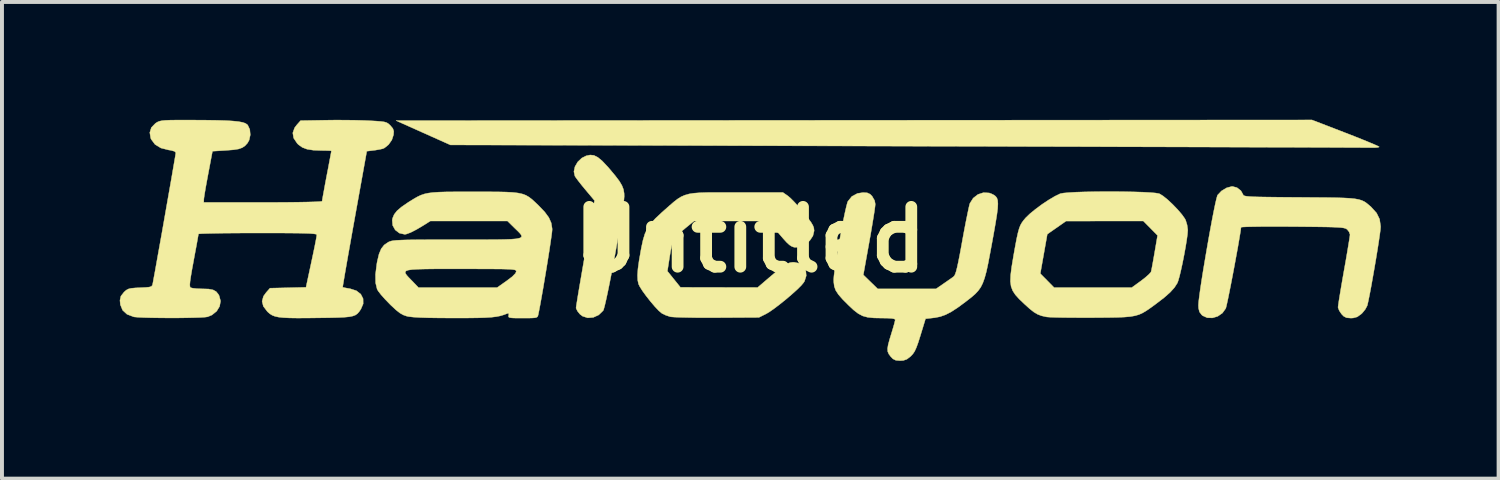
<source format=kicad_pcb>
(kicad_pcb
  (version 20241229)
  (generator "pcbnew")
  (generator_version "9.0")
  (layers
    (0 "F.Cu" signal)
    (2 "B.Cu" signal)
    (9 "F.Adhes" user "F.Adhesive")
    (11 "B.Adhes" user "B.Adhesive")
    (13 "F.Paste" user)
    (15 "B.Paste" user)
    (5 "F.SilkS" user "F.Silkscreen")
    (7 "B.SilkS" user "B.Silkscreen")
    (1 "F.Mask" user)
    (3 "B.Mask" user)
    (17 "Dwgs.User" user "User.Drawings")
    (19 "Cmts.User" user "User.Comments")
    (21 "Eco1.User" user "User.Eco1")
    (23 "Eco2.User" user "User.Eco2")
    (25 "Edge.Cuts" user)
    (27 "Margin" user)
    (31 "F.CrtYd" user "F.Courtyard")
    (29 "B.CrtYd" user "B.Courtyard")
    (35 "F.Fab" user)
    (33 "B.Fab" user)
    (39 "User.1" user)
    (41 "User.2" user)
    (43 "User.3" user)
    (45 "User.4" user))
  (footprint "Untitled"
    (layer "F.Cu")
    (at 16.058 3.053)
    (property "Reference" "Untitled" (at 0 0 0) (layer "F.SilkS") (effects (font (size 1.524 1.524) (thickness 0.3))))
    (attr through_hole)
    (fp_poly (pts (xy 15.161 -2.718) (xy 15.387 -2.63) (xy 15.59 -2.549) (xy 15.763 -2.478) (xy 15.897 -2.422) (xy 15.985 -2.382) (xy 16.018 -2.363) (xy 16.018 -2.362) (xy 15.988 -2.35) (xy 15.909 -2.343) (xy 15.824 -2.343) (xy 15.776 -2.343) (xy 15.662 -2.344) (xy 15.486 -2.345) (xy 15.249 -2.346) (xy 14.955 -2.347) (xy 14.605 -2.349) (xy 14.203 -2.35) (xy 13.751 -2.352) (xy 13.25 -2.353) (xy 12.705 -2.355) (xy 12.117 -2.357) (xy 11.488 -2.359) (xy 10.822 -2.361) (xy 10.121 -2.363) (xy 9.387 -2.365) (xy 8.623 -2.368) (xy 7.831 -2.37) (xy 7.014 -2.372) (xy 6.174 -2.375) (xy 5.314 -2.377) (xy 4.436 -2.379) (xy 3.996 -2.381) (xy -7.637 -2.412) (xy -9.021 -3.031) (xy 2.642 -3.04) (xy 14.305 -3.048) (xy 15.161 -2.718)) (stroke (width 0.01) (type solid)) (fill yes) (layer "F.SilkS"))
    (fp_poly (pts (xy -3.982 -2.146) (xy -3.884 -2.097) (xy -3.772 -2.005) (xy -3.638 -1.863) (xy -3.583 -1.8) (xy -3.439 -1.628) (xy -3.336 -1.492) (xy -3.269 -1.379) (xy -3.23 -1.279) (xy -3.213 -1.178) (xy -3.211 -1.102) (xy -3.218 -1.011) (xy -3.236 -0.867) (xy -3.263 -0.679) (xy -3.299 -0.457) (xy -3.34 -0.208) (xy -3.387 0.058) (xy -3.436 0.333) (xy -3.487 0.609) (xy -3.538 0.876) (xy -3.587 1.125) (xy -3.633 1.349) (xy -3.674 1.538) (xy -3.708 1.684) (xy -3.734 1.778) (xy -3.747 1.808) (xy -3.861 1.918) (xy -3.997 1.98) (xy -4.139 1.992) (xy -4.271 1.95) (xy -4.338 1.899) (xy -4.401 1.821) (xy -4.435 1.75) (xy -4.437 1.735) (xy -4.431 1.688) (xy -4.414 1.582) (xy -4.389 1.425) (xy -4.355 1.223) (xy -4.314 0.985) (xy -4.268 0.717) (xy -4.218 0.428) (xy -4.202 0.337) (xy -3.967 -0.996) (xy -4.196 -1.269) (xy -4.296 -1.39) (xy -4.383 -1.501) (xy -4.445 -1.585) (xy -4.467 -1.619) (xy -4.492 -1.733) (xy -4.465 -1.858) (xy -4.395 -1.979) (xy -4.291 -2.078) (xy -4.181 -2.134) (xy -4.078 -2.156) (xy -3.982 -2.146)) (stroke (width 0.01) (type solid)) (fill yes) (layer "F.SilkS"))
    (fp_poly (pts (xy -0.54 -1.202) (xy -0.356 -1.202) (xy 0.83 -1.202) (xy 0.957 -1.114) (xy 1.028 -1.053) (xy 1.127 -0.953) (xy 1.241 -0.827) (xy 1.355 -0.692) (xy 1.47 -0.547) (xy 1.547 -0.442) (xy 1.594 -0.363) (xy 1.618 -0.299) (xy 1.625 -0.237) (xy 1.626 -0.226) (xy 1.595 -0.096) (xy 1.515 0.024) (xy 1.402 0.122) (xy 1.271 0.184) (xy 1.139 0.197) (xy 1.108 0.191) (xy 1.054 0.171) (xy 0.997 0.134) (xy 0.928 0.071) (xy 0.839 -0.027) (xy 0.719 -0.167) (xy 0.678 -0.216) (xy 0.465 -0.474) (xy -1.432 -0.474) (xy -1.668 -0.281) (xy -1.779 -0.186) (xy -1.874 -0.099) (xy -1.936 -0.035) (xy -1.948 -0.018) (xy -1.972 0.042) (xy -2 0.153) (xy -2.03 0.297) (xy -2.052 0.426) (xy -2.111 0.802) (xy -1.945 1.008) (xy -1.778 1.215) (xy -0.795 1.217) (xy 0.187 1.219) (xy 0.475 0.972) (xy 0.644 0.829) (xy 0.773 0.724) (xy 0.871 0.653) (xy 0.949 0.608) (xy 1.016 0.585) (xy 1.083 0.576) (xy 1.116 0.576) (xy 1.253 0.604) (xy 1.355 0.68) (xy 1.414 0.79) (xy 1.425 0.92) (xy 1.381 1.058) (xy 1.36 1.092) (xy 1.297 1.168) (xy 1.191 1.273) (xy 1.055 1.395) (xy 0.904 1.524) (xy 0.748 1.649) (xy 0.602 1.76) (xy 0.478 1.846) (xy 0.406 1.888) (xy 0.22 1.981) (xy -0.847 1.987) (xy -1.115 1.988) (xy -1.367 1.987) (xy -1.593 1.983) (xy -1.783 1.979) (xy -1.929 1.973) (xy -2.021 1.966) (xy -2.041 1.962) (xy -2.151 1.926) (xy -2.249 1.879) (xy -2.255 1.874) (xy -2.331 1.81) (xy -2.429 1.706) (xy -2.539 1.577) (xy -2.648 1.439) (xy -2.745 1.306) (xy -2.815 1.195) (xy -2.846 1.131) (xy -2.867 1.033) (xy -2.872 0.908) (xy -2.861 0.745) (xy -2.832 0.536) (xy -2.786 0.272) (xy -2.775 0.212) (xy -2.732 0.012) (xy -2.683 -0.15) (xy -2.619 -0.287) (xy -2.532 -0.413) (xy -2.411 -0.545) (xy -2.248 -0.697) (xy -2.179 -0.758) (xy -2.053 -0.87) (xy -1.947 -0.961) (xy -1.853 -1.034) (xy -1.764 -1.09) (xy -1.669 -1.132) (xy -1.562 -1.163) (xy -1.434 -1.183) (xy -1.276 -1.195) (xy -1.08 -1.201) (xy -0.838 -1.202) (xy -0.54 -1.202)) (stroke (width 0.01) (type solid)) (fill yes) (layer "F.SilkS"))
    (fp_poly (pts (xy 9.535 -1.221) (xy 9.78 -1.216) (xy 10 -1.209) (xy 10.185 -1.199) (xy 10.325 -1.187) (xy 10.409 -1.172) (xy 10.419 -1.169) (xy 10.511 -1.113) (xy 10.63 -1.017) (xy 10.759 -0.896) (xy 10.885 -0.765) (xy 10.993 -0.639) (xy 11.069 -0.532) (xy 11.088 -0.494) (xy 11.124 -0.376) (xy 11.141 -0.256) (xy 11.142 -0.241) (xy 11.134 -0.138) (xy 11.114 0.01) (xy 11.085 0.19) (xy 11.049 0.387) (xy 11.01 0.586) (xy 10.969 0.773) (xy 10.931 0.933) (xy 10.897 1.051) (xy 10.876 1.106) (xy 10.801 1.222) (xy 10.689 1.345) (xy 10.532 1.483) (xy 10.322 1.643) (xy 10.308 1.654) (xy 10.188 1.741) (xy 10.086 1.811) (xy 9.993 1.866) (xy 9.9 1.908) (xy 9.798 1.938) (xy 9.677 1.959) (xy 9.529 1.972) (xy 9.344 1.98) (xy 9.113 1.984) (xy 8.827 1.986) (xy 8.704 1.987) (xy 8.439 1.987) (xy 8.19 1.986) (xy 7.967 1.984) (xy 7.78 1.98) (xy 7.638 1.975) (xy 7.55 1.969) (xy 7.535 1.966) (xy 7.416 1.939) (xy 7.317 1.901) (xy 7.221 1.844) (xy 7.111 1.757) (xy 6.984 1.642) (xy 6.852 1.516) (xy 6.753 1.407) (xy 6.684 1.303) (xy 6.642 1.192) (xy 6.625 1.062) (xy 6.631 0.903) (xy 6.636 0.864) (xy 7.386 0.864) (xy 7.561 1.041) (xy 7.736 1.219) (xy 9.718 1.219) (xy 9.955 1.047) (xy 10.064 0.962) (xy 10.151 0.885) (xy 10.201 0.83) (xy 10.207 0.818) (xy 10.219 0.765) (xy 10.239 0.659) (xy 10.265 0.516) (xy 10.294 0.35) (xy 10.298 0.327) (xy 10.372 -0.107) (xy 10.191 -0.291) (xy 10.01 -0.474) (xy 9.027 -0.474) (xy 8.043 -0.473) (xy 7.564 -0.139) (xy 7.475 0.362) (xy 7.386 0.864) (xy 6.636 0.864) (xy 6.656 0.703) (xy 6.698 0.45) (xy 6.706 0.401) (xy 6.75 0.155) (xy 6.786 -0.034) (xy 6.818 -0.177) (xy 6.848 -0.285) (xy 6.88 -0.367) (xy 6.918 -0.434) (xy 6.964 -0.497) (xy 7.017 -0.559) (xy 7.121 -0.659) (xy 7.264 -0.776) (xy 7.429 -0.898) (xy 7.599 -1.011) (xy 7.756 -1.104) (xy 7.884 -1.166) (xy 7.897 -1.171) (xy 7.975 -1.186) (xy 8.11 -1.198) (xy 8.291 -1.209) (xy 8.508 -1.216) (xy 8.752 -1.221) (xy 9.01 -1.224) (xy 9.275 -1.224) (xy 9.535 -1.221)) (stroke (width 0.01) (type solid)) (fill yes) (layer "F.SilkS"))
    (fp_poly (pts (xy 2.978 -1.192) (xy 3.051 -1.158) (xy 3.102 -1.107) (xy 3.167 -0.994) (xy 3.183 -0.904) (xy 3.177 -0.842) (xy 3.161 -0.723) (xy 3.135 -0.558) (xy 3.102 -0.359) (xy 3.064 -0.134) (xy 3.031 0.051) (xy 2.879 0.897) (xy 3.062 1.075) (xy 3.245 1.253) (xy 4.732 1.253) (xy 4.916 1.126) (xy 5.024 1.051) (xy 5.119 0.985) (xy 5.172 0.947) (xy 5.196 0.923) (xy 5.218 0.88) (xy 5.242 0.811) (xy 5.268 0.709) (xy 5.299 0.566) (xy 5.337 0.374) (xy 5.383 0.125) (xy 5.399 0.033) (xy 5.443 -0.205) (xy 5.485 -0.426) (xy 5.524 -0.618) (xy 5.556 -0.773) (xy 5.58 -0.879) (xy 5.593 -0.924) (xy 5.677 -1.057) (xy 5.798 -1.151) (xy 5.939 -1.197) (xy 6.084 -1.189) (xy 6.142 -1.168) (xy 6.202 -1.138) (xy 6.248 -1.104) (xy 6.281 -1.06) (xy 6.3 -0.999) (xy 6.306 -0.913) (xy 6.3 -0.794) (xy 6.28 -0.636) (xy 6.247 -0.431) (xy 6.202 -0.172) (xy 6.164 0.038) (xy 6.106 0.351) (xy 6.057 0.607) (xy 6.013 0.812) (xy 5.968 0.976) (xy 5.921 1.107) (xy 5.868 1.213) (xy 5.803 1.303) (xy 5.725 1.386) (xy 5.629 1.469) (xy 5.511 1.561) (xy 5.484 1.582) (xy 5.282 1.731) (xy 5.116 1.839) (xy 4.972 1.913) (xy 4.836 1.961) (xy 4.694 1.989) (xy 4.665 1.992) (xy 4.463 2.015) (xy 4.334 2.438) (xy 4.276 2.621) (xy 4.228 2.752) (xy 4.185 2.845) (xy 4.14 2.912) (xy 4.087 2.969) (xy 4.084 2.972) (xy 3.989 3.045) (xy 3.898 3.077) (xy 3.814 3.082) (xy 3.707 3.073) (xy 3.634 3.037) (xy 3.576 2.978) (xy 3.528 2.914) (xy 3.501 2.852) (xy 3.496 2.777) (xy 3.512 2.676) (xy 3.55 2.535) (xy 3.59 2.405) (xy 3.633 2.263) (xy 3.667 2.145) (xy 3.687 2.064) (xy 3.691 2.04) (xy 3.67 2.019) (xy 3.603 2.006) (xy 3.481 1.999) (xy 3.361 1.998) (xy 3.152 1.994) (xy 2.992 1.978) (xy 2.863 1.943) (xy 2.748 1.882) (xy 2.628 1.789) (xy 2.495 1.664) (xy 2.347 1.515) (xy 2.243 1.395) (xy 2.176 1.292) (xy 2.14 1.192) (xy 2.126 1.083) (xy 2.124 1.016) (xy 2.131 0.923) (xy 2.149 0.779) (xy 2.176 0.596) (xy 2.21 0.385) (xy 2.249 0.157) (xy 2.291 -0.077) (xy 2.333 -0.306) (xy 2.375 -0.518) (xy 2.414 -0.703) (xy 2.448 -0.849) (xy 2.474 -0.946) (xy 2.485 -0.974) (xy 2.586 -1.1) (xy 2.73 -1.177) (xy 2.872 -1.199) (xy 2.978 -1.192)) (stroke (width 0.01) (type solid)) (fill yes) (layer "F.SilkS"))
    (fp_poly (pts (xy 12.395 -1.324) (xy 12.495 -1.246) (xy 12.547 -1.154) (xy 12.554 -1.138) (xy 12.568 -1.124) (xy 12.595 -1.113) (xy 12.642 -1.105) (xy 12.714 -1.098) (xy 12.817 -1.092) (xy 12.958 -1.088) (xy 13.142 -1.085) (xy 13.376 -1.082) (xy 13.666 -1.079) (xy 13.997 -1.077) (xy 14.361 -1.074) (xy 14.664 -1.072) (xy 14.912 -1.068) (xy 15.113 -1.062) (xy 15.273 -1.053) (xy 15.399 -1.04) (xy 15.497 -1.022) (xy 15.575 -0.998) (xy 15.639 -0.968) (xy 15.695 -0.93) (xy 15.751 -0.884) (xy 15.814 -0.828) (xy 15.817 -0.825) (xy 15.951 -0.677) (xy 16.027 -0.521) (xy 16.053 -0.339) (xy 16.053 -0.322) (xy 16.047 -0.249) (xy 16.03 -0.121) (xy 16.005 0.051) (xy 15.973 0.256) (xy 15.936 0.482) (xy 15.896 0.717) (xy 15.855 0.951) (xy 15.816 1.172) (xy 15.779 1.368) (xy 15.747 1.528) (xy 15.722 1.642) (xy 15.711 1.683) (xy 15.663 1.774) (xy 15.586 1.869) (xy 15.558 1.895) (xy 15.458 1.967) (xy 15.355 1.995) (xy 15.293 1.998) (xy 15.186 1.989) (xy 15.113 1.952) (xy 15.057 1.894) (xy 15 1.809) (xy 14.97 1.732) (xy 14.969 1.719) (xy 14.975 1.667) (xy 14.991 1.558) (xy 15.016 1.403) (xy 15.048 1.21) (xy 15.086 0.989) (xy 15.121 0.79) (xy 15.163 0.555) (xy 15.2 0.339) (xy 15.231 0.153) (xy 15.255 0.006) (xy 15.27 -0.092) (xy 15.274 -0.13) (xy 15.25 -0.198) (xy 15.203 -0.257) (xy 15.181 -0.274) (xy 15.152 -0.287) (xy 15.109 -0.298) (xy 15.046 -0.307) (xy 14.955 -0.313) (xy 14.83 -0.319) (xy 14.665 -0.323) (xy 14.452 -0.326) (xy 14.186 -0.329) (xy 13.86 -0.332) (xy 13.814 -0.332) (xy 13.523 -0.334) (xy 13.254 -0.334) (xy 13.015 -0.333) (xy 12.812 -0.33) (xy 12.654 -0.327) (xy 12.547 -0.322) (xy 12.499 -0.316) (xy 12.497 -0.314) (xy 12.491 -0.254) (xy 12.473 -0.139) (xy 12.446 0.021) (xy 12.413 0.214) (xy 12.373 0.431) (xy 12.331 0.661) (xy 12.287 0.894) (xy 12.244 1.118) (xy 12.203 1.324) (xy 12.167 1.502) (xy 12.137 1.639) (xy 12.116 1.728) (xy 12.108 1.753) (xy 12.024 1.87) (xy 11.906 1.952) (xy 11.771 1.993) (xy 11.637 1.989) (xy 11.52 1.936) (xy 11.496 1.915) (xy 11.44 1.841) (xy 11.417 1.748) (xy 11.413 1.669) (xy 11.419 1.583) (xy 11.436 1.443) (xy 11.461 1.26) (xy 11.494 1.041) (xy 11.533 0.796) (xy 11.577 0.533) (xy 11.623 0.263) (xy 11.67 -0.007) (xy 11.717 -0.268) (xy 11.762 -0.511) (xy 11.804 -0.726) (xy 11.841 -0.905) (xy 11.872 -1.039) (xy 11.894 -1.118) (xy 11.901 -1.135) (xy 12 -1.24) (xy 12.129 -1.318) (xy 12.261 -1.354) (xy 12.279 -1.355) (xy 12.395 -1.324)) (stroke (width 0.01) (type solid)) (fill yes) (layer "F.SilkS"))
    (fp_poly (pts (xy -7.032 -1.218) (xy -6.705 -1.218) (xy -6.438 -1.217) (xy -6.223 -1.212) (xy -6.051 -1.203) (xy -5.914 -1.187) (xy -5.805 -1.163) (xy -5.715 -1.13) (xy -5.636 -1.084) (xy -5.56 -1.026) (xy -5.479 -0.952) (xy -5.396 -0.873) (xy -5.238 -0.708) (xy -5.131 -0.563) (xy -5.07 -0.426) (xy -5.047 -0.284) (xy -5.046 -0.25) (xy -5.052 -0.187) (xy -5.068 -0.067) (xy -5.092 0.098) (xy -5.122 0.299) (xy -5.158 0.525) (xy -5.197 0.765) (xy -5.238 1.009) (xy -5.278 1.248) (xy -5.317 1.469) (xy -5.352 1.663) (xy -5.382 1.82) (xy -5.403 1.922) (xy -5.414 1.955) (xy -5.436 1.977) (xy -5.483 1.99) (xy -5.566 1.996) (xy -5.698 1.998) (xy -5.796 1.998) (xy -5.959 1.998) (xy -6.066 1.994) (xy -6.127 1.986) (xy -6.154 1.971) (xy -6.158 1.947) (xy -6.153 1.928) (xy -6.149 1.878) (xy -6.183 1.878) (xy -6.192 1.882) (xy -6.276 1.914) (xy -6.365 1.941) (xy -6.467 1.961) (xy -6.591 1.976) (xy -6.745 1.986) (xy -6.939 1.992) (xy -7.18 1.995) (xy -7.478 1.996) (xy -7.585 1.996) (xy -7.924 1.994) (xy -8.199 1.99) (xy -8.416 1.983) (xy -8.58 1.973) (xy -8.695 1.96) (xy -8.749 1.949) (xy -8.837 1.918) (xy -8.924 1.869) (xy -9.023 1.791) (xy -9.149 1.674) (xy -9.185 1.638) (xy -9.3 1.519) (xy -9.401 1.406) (xy -9.474 1.312) (xy -9.503 1.263) (xy -9.542 1.101) (xy -9.545 0.884) (xy -9.537 0.823) (xy -8.788 0.823) (xy -8.782 0.859) (xy -8.752 0.904) (xy -8.702 0.96) (xy -8.637 1.027) (xy -8.623 1.041) (xy -8.452 1.219) (xy -6.445 1.219) (xy -6.203 1.049) (xy -6.061 0.941) (xy -5.98 0.858) (xy -5.961 0.812) (xy -5.962 0.795) (xy -5.972 0.782) (xy -5.994 0.771) (xy -6.037 0.763) (xy -6.105 0.756) (xy -6.205 0.752) (xy -6.343 0.748) (xy -6.525 0.747) (xy -6.757 0.746) (xy -7.045 0.745) (xy -7.364 0.745) (xy -7.729 0.745) (xy -8.031 0.745) (xy -8.275 0.748) (xy -8.465 0.753) (xy -8.607 0.761) (xy -8.705 0.775) (xy -8.763 0.795) (xy -8.788 0.823) (xy -9.537 0.823) (xy -9.51 0.609) (xy -9.5 0.553) (xy -9.455 0.366) (xy -9.399 0.232) (xy -9.324 0.136) (xy -9.22 0.065) (xy -9.209 0.059) (xy -9.178 0.046) (xy -9.138 0.034) (xy -9.083 0.025) (xy -9.008 0.017) (xy -8.907 0.012) (xy -8.773 0.007) (xy -8.6 0.004) (xy -8.383 0.002) (xy -8.115 0.001) (xy -7.791 0.000186) (xy -7.459 0.000052) (xy -7.067 0.000217) (xy -6.738 0.000119) (xy -6.468 -0.001) (xy -6.251 -0.005) (xy -6.085 -0.011) (xy -5.963 -0.021) (xy -5.882 -0.037) (xy -5.836 -0.058) (xy -5.823 -0.086) (xy -5.836 -0.122) (xy -5.871 -0.166) (xy -5.924 -0.22) (xy -5.99 -0.284) (xy -6.004 -0.297) (xy -6.183 -0.474) (xy -8.149 -0.474) (xy -8.308 -0.373) (xy -8.498 -0.26) (xy -8.652 -0.181) (xy -8.765 -0.14) (xy -8.802 -0.135) (xy -8.937 -0.166) (xy -9.042 -0.246) (xy -9.107 -0.362) (xy -9.119 -0.498) (xy -9.109 -0.547) (xy -9.069 -0.642) (xy -8.997 -0.734) (xy -8.883 -0.832) (xy -8.719 -0.945) (xy -8.667 -0.978) (xy -8.566 -1.04) (xy -8.477 -1.091) (xy -8.393 -1.131) (xy -8.305 -1.162) (xy -8.205 -1.184) (xy -8.084 -1.2) (xy -7.934 -1.21) (xy -7.746 -1.216) (xy -7.512 -1.218) (xy -7.223 -1.219) (xy -7.032 -1.218)) (stroke (width 0.01) (type solid)) (fill yes) (layer "F.SilkS"))
    (fp_poly (pts (xy -14.22 -3.045) (xy -13.873 -3.043) (xy -13.588 -3.039) (xy -13.358 -3.032) (xy -13.177 -3.021) (xy -13.038 -3.007) (xy -12.936 -2.988) (xy -12.864 -2.965) (xy -12.817 -2.935) (xy -12.798 -2.916) (xy -12.746 -2.805) (xy -12.734 -2.668) (xy -12.763 -2.534) (xy -12.804 -2.46) (xy -12.868 -2.39) (xy -12.939 -2.342) (xy -13.032 -2.309) (xy -13.164 -2.288) (xy -13.347 -2.274) (xy -13.357 -2.273) (xy -13.697 -2.252) (xy -13.806 -1.676) (xy -13.842 -1.482) (xy -13.874 -1.307) (xy -13.898 -1.163) (xy -13.913 -1.063) (xy -13.917 -1.024) (xy -13.919 -0.948) (xy -12.412 -0.948) (xy -12.077 -0.949) (xy -11.772 -0.951) (xy -11.504 -0.954) (xy -11.279 -0.958) (xy -11.101 -0.963) (xy -10.978 -0.969) (xy -10.913 -0.975) (xy -10.905 -0.979) (xy -10.899 -1.02) (xy -10.882 -1.117) (xy -10.856 -1.259) (xy -10.824 -1.434) (xy -10.787 -1.63) (xy -10.749 -1.826) (xy -10.717 -1.997) (xy -10.691 -2.134) (xy -10.674 -2.225) (xy -10.668 -2.26) (xy -10.668 -2.26) (xy -10.699 -2.265) (xy -10.781 -2.268) (xy -10.897 -2.27) (xy -10.914 -2.27) (xy -11.126 -2.278) (xy -11.287 -2.303) (xy -11.409 -2.349) (xy -11.508 -2.42) (xy -11.54 -2.453) (xy -11.629 -2.586) (xy -11.651 -2.718) (xy -11.605 -2.849) (xy -11.551 -2.92) (xy -11.453 -3.031) (xy -10.815 -3.042) (xy -10.571 -3.045) (xy -10.312 -3.044) (xy -10.059 -3.041) (xy -9.836 -3.035) (xy -9.722 -3.03) (xy -9.538 -3.02) (xy -9.409 -3.01) (xy -9.321 -2.998) (xy -9.261 -2.98) (xy -9.217 -2.953) (xy -9.176 -2.916) (xy -9.167 -2.907) (xy -9.103 -2.831) (xy -9.08 -2.76) (xy -9.086 -2.67) (xy -9.129 -2.539) (xy -9.212 -2.42) (xy -9.317 -2.335) (xy -9.36 -2.316) (xy -9.435 -2.299) (xy -9.543 -2.28) (xy -9.598 -2.273) (xy -9.767 -2.252) (xy -10.078 -0.525) (xy -10.138 -0.192) (xy -10.193 0.12) (xy -10.244 0.405) (xy -10.288 0.657) (xy -10.325 0.869) (xy -10.353 1.036) (xy -10.372 1.15) (xy -10.38 1.207) (xy -10.38 1.212) (xy -10.345 1.222) (xy -10.263 1.238) (xy -10.191 1.25) (xy -10.032 1.301) (xy -9.92 1.388) (xy -9.861 1.503) (xy -9.859 1.635) (xy -9.918 1.771) (xy -9.961 1.834) (xy -10.003 1.882) (xy -10.053 1.919) (xy -10.12 1.945) (xy -10.212 1.964) (xy -10.339 1.976) (xy -10.508 1.984) (xy -10.728 1.989) (xy -10.973 1.992) (xy -11.285 1.996) (xy -11.538 1.997) (xy -11.738 1.994) (xy -11.894 1.986) (xy -12.014 1.973) (xy -12.105 1.953) (xy -12.175 1.926) (xy -12.233 1.89) (xy -12.285 1.845) (xy -12.301 1.829) (xy -12.401 1.698) (xy -12.433 1.57) (xy -12.398 1.441) (xy -12.33 1.347) (xy -12.232 1.236) (xy -11.773 1.225) (xy -11.315 1.214) (xy -11.263 0.971) (xy -11.193 0.645) (xy -11.137 0.381) (xy -11.094 0.176) (xy -11.065 0.027) (xy -11.047 -0.07) (xy -11.041 -0.119) (xy -11.041 -0.121) (xy -11.049 -0.133) (xy -11.077 -0.143) (xy -11.131 -0.15) (xy -11.217 -0.157) (xy -11.338 -0.161) (xy -11.503 -0.165) (xy -11.714 -0.167) (xy -11.979 -0.169) (xy -12.303 -0.169) (xy -12.548 -0.169) (xy -12.86 -0.169) (xy -13.15 -0.167) (xy -13.412 -0.165) (xy -13.638 -0.161) (xy -13.822 -0.157) (xy -13.957 -0.153) (xy -14.036 -0.148) (xy -14.054 -0.144) (xy -14.06 -0.104) (xy -14.077 -0.009) (xy -14.102 0.133) (xy -14.135 0.308) (xy -14.172 0.509) (xy -14.177 0.537) (xy -14.22 0.768) (xy -14.249 0.941) (xy -14.267 1.064) (xy -14.274 1.146) (xy -14.27 1.195) (xy -14.258 1.22) (xy -14.254 1.223) (xy -14.198 1.237) (xy -14.097 1.248) (xy -13.97 1.253) (xy -13.959 1.253) (xy -13.794 1.258) (xy -13.681 1.28) (xy -13.603 1.323) (xy -13.546 1.393) (xy -13.527 1.428) (xy -13.491 1.563) (xy -13.515 1.699) (xy -13.59 1.822) (xy -13.71 1.919) (xy -13.82 1.965) (xy -13.887 1.974) (xy -14.011 1.982) (xy -14.178 1.987) (xy -14.378 1.991) (xy -14.598 1.994) (xy -14.826 1.994) (xy -15.052 1.992) (xy -15.262 1.989) (xy -15.446 1.984) (xy -15.591 1.977) (xy -15.686 1.969) (xy -15.705 1.965) (xy -15.873 1.901) (xy -15.985 1.798) (xy -16.043 1.656) (xy -16.053 1.545) (xy -16.029 1.438) (xy -15.95 1.337) (xy -15.949 1.336) (xy -15.894 1.287) (xy -15.839 1.257) (xy -15.765 1.239) (xy -15.655 1.229) (xy -15.542 1.224) (xy -15.397 1.217) (xy -15.306 1.208) (xy -15.255 1.192) (xy -15.231 1.166) (xy -15.222 1.14) (xy -15.211 1.085) (xy -15.191 0.974) (xy -15.161 0.813) (xy -15.125 0.611) (xy -15.083 0.375) (xy -15.036 0.114) (xy -14.986 -0.165) (xy -14.935 -0.455) (xy -14.884 -0.746) (xy -14.834 -1.032) (xy -14.786 -1.304) (xy -14.742 -1.555) (xy -14.704 -1.777) (xy -14.672 -1.962) (xy -14.648 -2.103) (xy -14.634 -2.19) (xy -14.63 -2.217) (xy -14.663 -2.249) (xy -14.756 -2.275) (xy -14.815 -2.284) (xy -15.011 -2.334) (xy -15.16 -2.425) (xy -15.257 -2.555) (xy -15.269 -2.582) (xy -15.293 -2.727) (xy -15.253 -2.855) (xy -15.149 -2.962) (xy -15.122 -2.98) (xy -15.083 -3.002) (xy -15.038 -3.018) (xy -14.979 -3.03) (xy -14.896 -3.038) (xy -14.779 -3.043) (xy -14.621 -3.045) (xy -14.41 -3.046) (xy -14.22 -3.045)) (stroke (width 0.01) (type solid)) (fill yes) (layer "F.SilkS")))
  (gr_rect
    (start -3 -3)
    (end 35.116 9.14)
    (stroke (width 0.1) (type default))
    (fill no)
    (layer "Edge.Cuts")))
</source>
